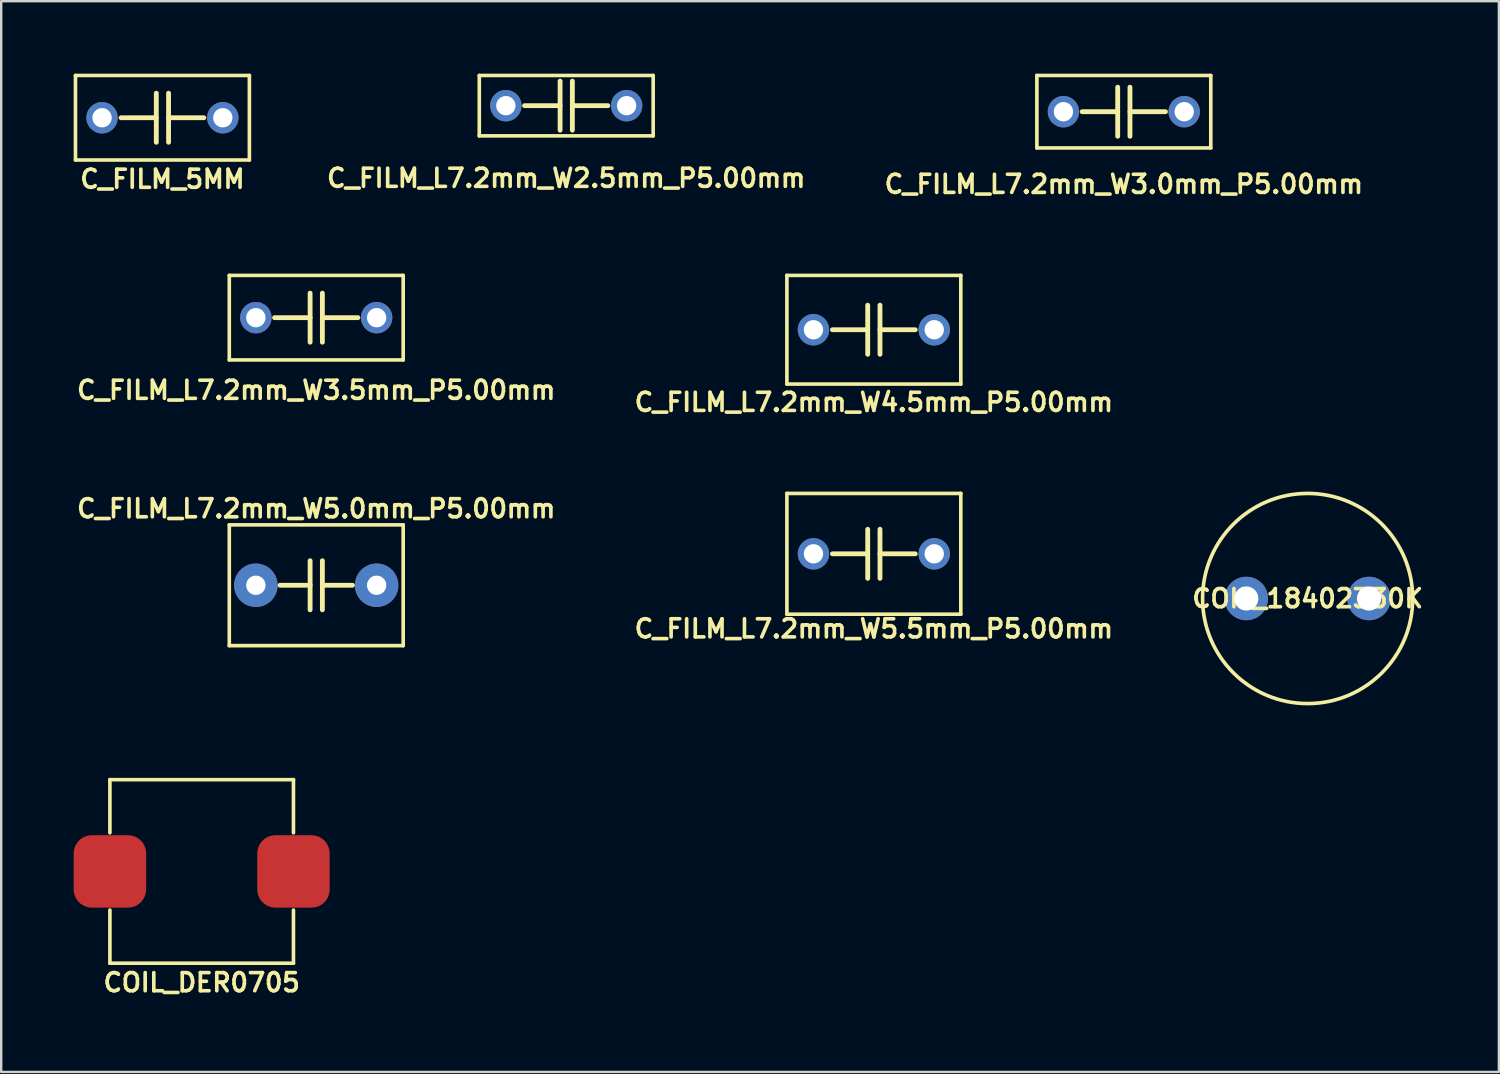
<source format=kicad_pcb>
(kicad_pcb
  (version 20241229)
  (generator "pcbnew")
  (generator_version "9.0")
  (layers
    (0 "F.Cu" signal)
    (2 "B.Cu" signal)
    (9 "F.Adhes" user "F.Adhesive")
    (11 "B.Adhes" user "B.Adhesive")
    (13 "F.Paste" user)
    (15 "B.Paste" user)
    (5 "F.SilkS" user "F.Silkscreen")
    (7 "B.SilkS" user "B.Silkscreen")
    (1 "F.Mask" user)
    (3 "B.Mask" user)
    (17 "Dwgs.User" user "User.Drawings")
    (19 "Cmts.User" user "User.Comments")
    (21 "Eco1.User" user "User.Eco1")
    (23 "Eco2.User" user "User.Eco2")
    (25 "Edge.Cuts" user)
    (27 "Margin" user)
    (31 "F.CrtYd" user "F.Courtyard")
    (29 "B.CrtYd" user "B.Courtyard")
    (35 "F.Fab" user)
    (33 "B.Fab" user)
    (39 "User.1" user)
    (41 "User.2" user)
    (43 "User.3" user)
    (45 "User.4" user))
  (footprint "C_FILM_5MM"
    (layer "F.Cu")
    (at 3.675 1.825)
    (property "Reference" "C_FILM_5MM" (at 0 2.54 0) (layer "F.SilkS") (effects (font (size 0.75 0.75) (thickness 0.15))))
    (attr through_hole)
    (fp_line (start -3.6 -1.75) (end -3.6 1.75) (stroke (width 0.15) (type solid)) (layer "F.SilkS"))
    (fp_line (start -3.6 1.75) (end 3.6 1.75) (stroke (width 0.15) (type solid)) (layer "F.SilkS"))
    (fp_line (start -0.254 -1.016) (end -0.254 1.016) (stroke (width 0.2) (type solid)) (layer "F.SilkS"))
    (fp_line (start -0.254 0) (end -1.714 0) (stroke (width 0.2) (type solid)) (layer "F.SilkS"))
    (fp_line (start 0.254 -1.016) (end 0.254 1.016) (stroke (width 0.2) (type solid)) (layer "F.SilkS"))
    (fp_line (start 0.254 0) (end 1.714 0) (stroke (width 0.2) (type solid)) (layer "F.SilkS"))
    (fp_line (start 3.6 -1.75) (end -3.6 -1.75) (stroke (width 0.15) (type solid)) (layer "F.SilkS"))
    (fp_line (start 3.6 1.75) (end 3.6 -1.75) (stroke (width 0.15) (type solid)) (layer "F.SilkS"))
    (pad "1" thru_hole circle (at -2.5 0) (size 1.3 1.3) (drill 0.8) (layers "*.Cu" "*.Mask"))
    (pad "2" thru_hole circle (at 2.5 0) (size 1.3 1.3) (drill 0.8) (layers "*.Cu" "*.Mask")))
  (footprint "C_FILM_L7.2mm_W2.5mm_P5.00mm"
    (layer "F.Cu")
    (at 20.393 1.325)
    (property "Reference" "C_FILM_L7.2mm_W2.5mm_P5.00mm" (at 0 3 0) (layer "F.SilkS") (effects (font (size 0.75 0.75) (thickness 0.15))))
    (attr through_hole)
    (fp_line (start -3.6 -1.25) (end -3.6 1.25) (stroke (width 0.15) (type solid)) (layer "F.SilkS"))
    (fp_line (start -3.6 1.25) (end 3.6 1.25) (stroke (width 0.15) (type solid)) (layer "F.SilkS"))
    (fp_line (start -0.254 -1.016) (end -0.254 1.016) (stroke (width 0.2) (type solid)) (layer "F.SilkS"))
    (fp_line (start -0.254 0) (end -1.725 0) (stroke (width 0.2) (type solid)) (layer "F.SilkS"))
    (fp_line (start 0.254 -1.016) (end 0.254 1.016) (stroke (width 0.2) (type solid)) (layer "F.SilkS"))
    (fp_line (start 0.254 0) (end 1.725 0) (stroke (width 0.2) (type solid)) (layer "F.SilkS"))
    (fp_line (start 3.6 -1.25) (end -3.6 -1.25) (stroke (width 0.15) (type solid)) (layer "F.SilkS"))
    (fp_line (start 3.6 1.25) (end 3.6 -1.25) (stroke (width 0.15) (type solid)) (layer "F.SilkS"))
    (pad "1" thru_hole circle (at -2.5 0) (size 1.3 1.3) (drill 0.8) (layers "*.Cu" "*.Mask"))
    (pad "2" thru_hole circle (at 2.5 0) (size 1.3 1.3) (drill 0.8) (layers "*.Cu" "*.Mask")))
  (footprint "COIL_18402330K"
    (layer "F.Cu")
    (at 51.089 21.729)
    (property "Reference" "COIL_18402330K" (at 0 0 0) (layer "F.SilkS") (effects (font (size 0.75 0.75) (thickness 0.15))))
    (attr through_hole)
    (fp_circle (center 0 0) (end 4.35 0) (stroke (width 0.15) (type solid)) (fill no) (layer "F.SilkS"))
    (pad "1" thru_hole circle (at -2.54 0) (size 1.8 1.8) (drill 1) (layers "*.Cu" "*.Mask"))
    (pad "2" thru_hole circle (at 2.54 0) (size 1.8 1.8) (drill 1) (layers "*.Cu" "*.Mask")))
  (footprint "COIL_DER0705"
    (layer "F.Cu")
    (at 5.3 33.029)
    (property "Reference" "COIL_DER0705" (at 0 4.6 0) (layer "F.SilkS") (effects (font (size 0.75 0.75) (thickness 0.15))))
    (attr smd)
    (fp_line (start -3.8 -3.8) (end -3.8 -1.6) (stroke (width 0.15) (type solid)) (layer "F.SilkS"))
    (fp_line (start -3.8 -3.8) (end 3.8 -3.8) (stroke (width 0.15) (type solid)) (layer "F.SilkS"))
    (fp_line (start -3.8 3.8) (end -3.8 1.6) (stroke (width 0.15) (type solid)) (layer "F.SilkS"))
    (fp_line (start -3.8 3.8) (end 3.8 3.8) (stroke (width 0.15) (type solid)) (layer "F.SilkS"))
    (fp_line (start 3.8 -3.8) (end 3.8 -1.6) (stroke (width 0.15) (type solid)) (layer "F.SilkS"))
    (fp_line (start 3.8 3.8) (end 3.8 1.6) (stroke (width 0.15) (type solid)) (layer "F.SilkS"))
    (pad "1" smd roundrect (at -3.8 0) (size 3 3) (layers "F.Cu" "F.Mask" "F.Paste") (roundrect_rratio 0.25))
    (pad "2" smd roundrect (at 3.8 0) (size 3 3) (layers "F.Cu" "F.Mask" "F.Paste") (roundrect_rratio 0.25)))
  (footprint "C_FILM_L7.2mm_W5.5mm_P5.00mm"
    (layer "F.Cu")
    (at 33.129 19.879)
    (property "Reference" "C_FILM_L7.2mm_W5.5mm_P5.00mm" (at 0 3.1 0) (layer "F.SilkS") (effects (font (size 0.75 0.75) (thickness 0.15))))
    (attr through_hole)
    (fp_line (start -3.6 -2.5) (end -3.6 2.5) (stroke (width 0.15) (type solid)) (layer "F.SilkS"))
    (fp_line (start -3.6 2.5) (end 3.6 2.5) (stroke (width 0.15) (type solid)) (layer "F.SilkS"))
    (fp_line (start -0.254 -1.016) (end -0.254 1.016) (stroke (width 0.2) (type solid)) (layer "F.SilkS"))
    (fp_line (start -0.254 0) (end -1.714 0) (stroke (width 0.2) (type solid)) (layer "F.SilkS"))
    (fp_line (start 0.254 -1.016) (end 0.254 1.016) (stroke (width 0.2) (type solid)) (layer "F.SilkS"))
    (fp_line (start 0.254 0) (end 1.714 0) (stroke (width 0.2) (type solid)) (layer "F.SilkS"))
    (fp_line (start 3.6 -2.5) (end -3.6 -2.5) (stroke (width 0.15) (type solid)) (layer "F.SilkS"))
    (fp_line (start 3.6 2.5) (end 3.6 -2.5) (stroke (width 0.15) (type solid)) (layer "F.SilkS"))
    (pad "1" thru_hole circle (at -2.5 0) (size 1.3 1.3) (drill 0.8) (layers "*.Cu" "*.Mask"))
    (pad "2" thru_hole circle (at 2.5 0) (size 1.3 1.3) (drill 0.8) (layers "*.Cu" "*.Mask")))
  (footprint "C_FILM_L7.2mm_W4.5mm_P5.00mm"
    (layer "F.Cu")
    (at 33.129 10.602)
    (property "Reference" "C_FILM_L7.2mm_W4.5mm_P5.00mm" (at 0 3 0) (layer "F.SilkS") (effects (font (size 0.75 0.75) (thickness 0.15))))
    (attr through_hole)
    (fp_line (start -3.6 -2.25) (end -3.6 2.25) (stroke (width 0.15) (type solid)) (layer "F.SilkS"))
    (fp_line (start -3.6 2.25) (end 3.6 2.25) (stroke (width 0.15) (type solid)) (layer "F.SilkS"))
    (fp_line (start -0.254 -1.016) (end -0.254 1.016) (stroke (width 0.2) (type solid)) (layer "F.SilkS"))
    (fp_line (start -0.254 0) (end -1.714 0) (stroke (width 0.2) (type solid)) (layer "F.SilkS"))
    (fp_line (start 0.254 -1.016) (end 0.254 1.016) (stroke (width 0.2) (type solid)) (layer "F.SilkS"))
    (fp_line (start 0.254 0) (end 1.714 0) (stroke (width 0.2) (type solid)) (layer "F.SilkS"))
    (fp_line (start 3.6 -2.25) (end -3.6 -2.25) (stroke (width 0.15) (type solid)) (layer "F.SilkS"))
    (fp_line (start 3.6 2.25) (end 3.6 -2.25) (stroke (width 0.15) (type solid)) (layer "F.SilkS"))
    (pad "1" thru_hole circle (at -2.5 0) (size 1.3 1.3) (drill 0.8) (layers "*.Cu" "*.Mask"))
    (pad "2" thru_hole circle (at 2.5 0) (size 1.3 1.3) (drill 0.8) (layers "*.Cu" "*.Mask")))
  (footprint "C_FILM_L7.2mm_W5.0mm_P5.00mm"
    (layer "F.Cu")
    (at 10.043 21.181)
    (property "Reference" "C_FILM_L7.2mm_W5.0mm_P5.00mm" (at 0 -3.175 0) (layer "F.SilkS") (effects (font (size 0.75 0.75) (thickness 0.15))))
    (attr through_hole)
    (fp_line (start -3.6 -2.5) (end -3.6 2.5) (stroke (width 0.15) (type solid)) (layer "F.SilkS"))
    (fp_line (start -3.6 2.5) (end 3.6 2.5) (stroke (width 0.15) (type solid)) (layer "F.SilkS"))
    (fp_line (start -0.254 -1.016) (end -0.254 1.016) (stroke (width 0.2) (type solid)) (layer "F.SilkS"))
    (fp_line (start -0.254 0) (end -1.5 0) (stroke (width 0.2) (type solid)) (layer "F.SilkS"))
    (fp_line (start 0.254 -1.016) (end 0.254 1.016) (stroke (width 0.2) (type solid)) (layer "F.SilkS"))
    (fp_line (start 0.254 0) (end 1.5 0) (stroke (width 0.2) (type solid)) (layer "F.SilkS"))
    (fp_line (start 3.6 -2.5) (end -3.6 -2.5) (stroke (width 0.15) (type solid)) (layer "F.SilkS"))
    (fp_line (start 3.6 2.5) (end 3.6 -2.5) (stroke (width 0.15) (type solid)) (layer "F.SilkS"))
    (pad "1" thru_hole circle (at -2.5 0) (size 1.8 1.8) (drill 0.8) (layers "*.Cu" "*.Mask"))
    (pad "2" thru_hole circle (at 2.5 0) (size 1.8 1.8) (drill 0.8) (layers "*.Cu" "*.Mask")))
  (footprint "C_FILM_L7.2mm_W3.0mm_P5.00mm"
    (layer "F.Cu")
    (at 43.479 1.575)
    (property "Reference" "C_FILM_L7.2mm_W3.0mm_P5.00mm" (at 0 3 0) (layer "F.SilkS") (effects (font (size 0.75 0.75) (thickness 0.15))))
    (attr through_hole)
    (fp_line (start -3.6 -1.5) (end -3.6 1.5) (stroke (width 0.15) (type solid)) (layer "F.SilkS"))
    (fp_line (start -3.6 1.5) (end 3.6 1.5) (stroke (width 0.15) (type solid)) (layer "F.SilkS"))
    (fp_line (start -0.254 -1.016) (end -0.254 1.016) (stroke (width 0.2) (type solid)) (layer "F.SilkS"))
    (fp_line (start -0.254 0) (end -1.725 0) (stroke (width 0.2) (type solid)) (layer "F.SilkS"))
    (fp_line (start 0.254 -1.016) (end 0.254 1.016) (stroke (width 0.2) (type solid)) (layer "F.SilkS"))
    (fp_line (start 0.254 0) (end 1.725 0) (stroke (width 0.2) (type solid)) (layer "F.SilkS"))
    (fp_line (start 3.6 -1.5) (end -3.6 -1.5) (stroke (width 0.15) (type solid)) (layer "F.SilkS"))
    (fp_line (start 3.6 1.5) (end 3.6 -1.5) (stroke (width 0.15) (type solid)) (layer "F.SilkS"))
    (pad "1" thru_hole circle (at -2.5 0) (size 1.3 1.3) (drill 0.8) (layers "*.Cu" "*.Mask"))
    (pad "2" thru_hole circle (at 2.5 0) (size 1.3 1.3) (drill 0.8) (layers "*.Cu" "*.Mask")))
  (footprint "C_FILM_L7.2mm_W3.5mm_P5.00mm"
    (layer "F.Cu")
    (at 10.043 10.102)
    (property "Reference" "C_FILM_L7.2mm_W3.5mm_P5.00mm" (at 0 3 0) (layer "F.SilkS") (effects (font (size 0.75 0.75) (thickness 0.15))))
    (attr through_hole)
    (fp_line (start -3.6 -1.75) (end -3.6 1.75) (stroke (width 0.15) (type solid)) (layer "F.SilkS"))
    (fp_line (start -3.6 1.75) (end 3.6 1.75) (stroke (width 0.15) (type solid)) (layer "F.SilkS"))
    (fp_line (start -0.254 -1.016) (end -0.254 1.016) (stroke (width 0.2) (type solid)) (layer "F.SilkS"))
    (fp_line (start -0.254 0) (end -1.725 0) (stroke (width 0.2) (type solid)) (layer "F.SilkS"))
    (fp_line (start 0.254 -1.016) (end 0.254 1.016) (stroke (width 0.2) (type solid)) (layer "F.SilkS"))
    (fp_line (start 0.254 0) (end 1.725 0) (stroke (width 0.2) (type solid)) (layer "F.SilkS"))
    (fp_line (start 3.6 -1.75) (end -3.6 -1.75) (stroke (width 0.15) (type solid)) (layer "F.SilkS"))
    (fp_line (start 3.6 1.75) (end 3.6 -1.75) (stroke (width 0.15) (type solid)) (layer "F.SilkS"))
    (pad "1" thru_hole circle (at -2.5 0) (size 1.3 1.3) (drill 0.8) (layers "*.Cu" "*.Mask"))
    (pad "2" thru_hole circle (at 2.5 0) (size 1.3 1.3) (drill 0.8) (layers "*.Cu" "*.Mask")))
  (gr_rect
    (start -3 -3)
    (end 59.007 41.331)
    (stroke (width 0.1) (type default))
    (fill no)
    (layer "Edge.Cuts")))
</source>
